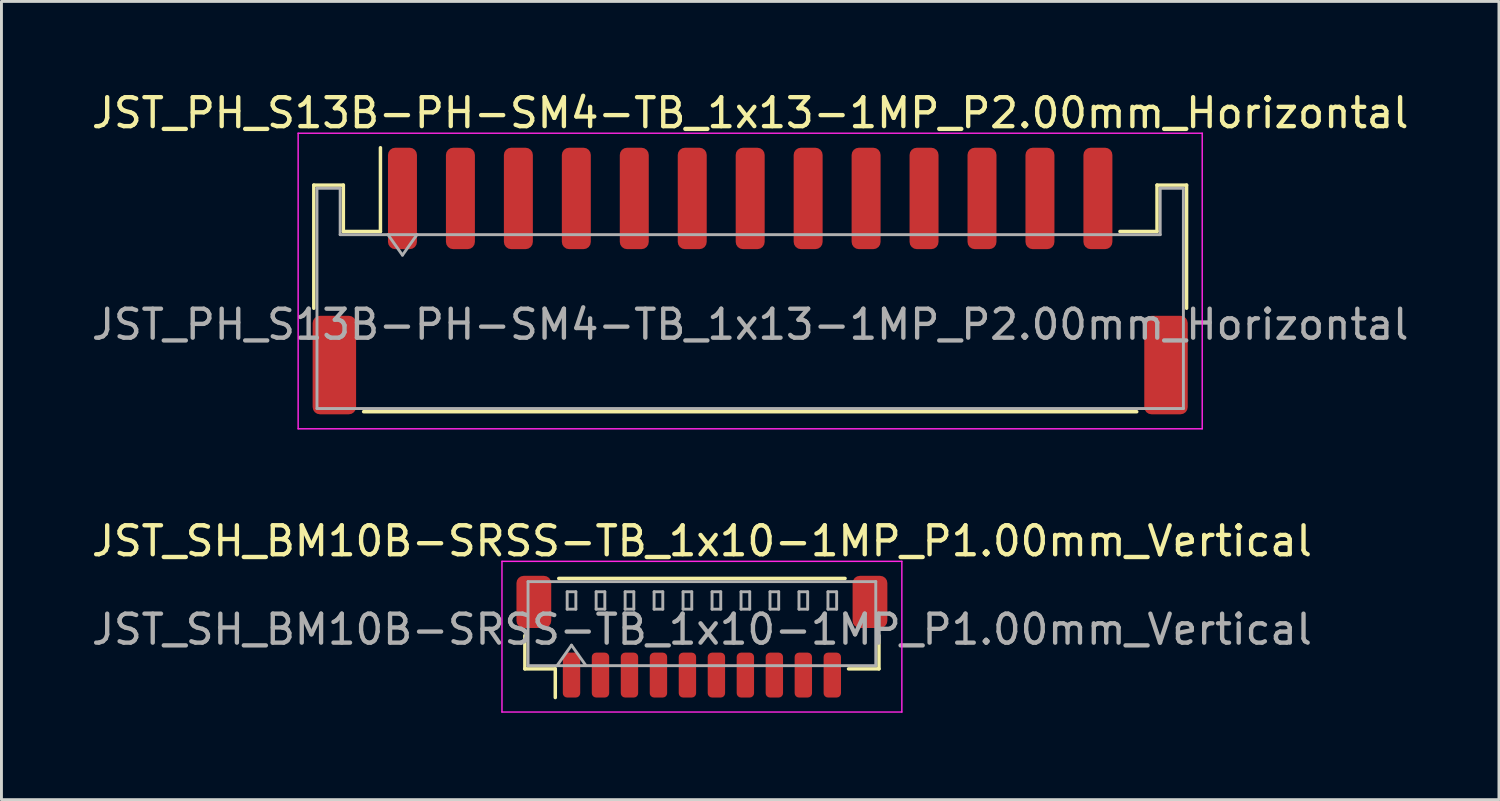
<source format=kicad_pcb>
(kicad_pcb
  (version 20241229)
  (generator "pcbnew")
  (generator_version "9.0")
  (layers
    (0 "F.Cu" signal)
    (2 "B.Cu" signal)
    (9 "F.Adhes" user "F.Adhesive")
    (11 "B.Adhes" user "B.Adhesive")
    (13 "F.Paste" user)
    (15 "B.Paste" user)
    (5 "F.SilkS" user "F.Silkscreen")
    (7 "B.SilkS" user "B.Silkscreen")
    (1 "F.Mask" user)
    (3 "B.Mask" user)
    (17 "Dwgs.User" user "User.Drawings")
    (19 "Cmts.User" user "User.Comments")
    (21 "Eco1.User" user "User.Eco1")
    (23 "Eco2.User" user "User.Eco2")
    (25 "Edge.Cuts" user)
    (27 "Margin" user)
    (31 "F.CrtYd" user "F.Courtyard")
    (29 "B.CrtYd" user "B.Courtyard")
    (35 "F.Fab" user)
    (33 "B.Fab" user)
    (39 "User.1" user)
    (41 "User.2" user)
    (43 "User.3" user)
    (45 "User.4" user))
  (footprint "JST_SH_BM10B-SRSS-TB_1x10-1MP_P1.00mm_Vertical"
    (layer "F.Cu")
    (at 21.173 18.922)
    (property "Reference" "JST_SH_BM10B-SRSS-TB_1x10-1MP_P1.00mm_Vertical" (at 0 -3.3 0) (layer "F.SilkS") (effects (font (size 1 1) (thickness 0.15))))
    (attr smd)
    (fp_line (start -6.11 -0.04) (end -6.11 1.11) (stroke (width 0.12) (type solid)) (layer "F.SilkS"))
    (fp_line (start -6.11 1.11) (end -5.06 1.11) (stroke (width 0.12) (type solid)) (layer "F.SilkS"))
    (fp_line (start -5.06 1.11) (end -5.06 2.1) (stroke (width 0.12) (type solid)) (layer "F.SilkS"))
    (fp_line (start -4.94 -2.01) (end 4.94 -2.01) (stroke (width 0.12) (type solid)) (layer "F.SilkS"))
    (fp_line (start 6.11 -0.04) (end 6.11 1.11) (stroke (width 0.12) (type solid)) (layer "F.SilkS"))
    (fp_line (start 6.11 1.11) (end 5.06 1.11) (stroke (width 0.12) (type solid)) (layer "F.SilkS"))
    (fp_line (start -6.9 -2.6) (end -6.9 2.6) (stroke (width 0.05) (type solid)) (layer "F.CrtYd"))
    (fp_line (start -6.9 2.6) (end 6.9 2.6) (stroke (width 0.05) (type solid)) (layer "F.CrtYd"))
    (fp_line (start 6.9 -2.6) (end -6.9 -2.6) (stroke (width 0.05) (type solid)) (layer "F.CrtYd"))
    (fp_line (start 6.9 2.6) (end 6.9 -2.6) (stroke (width 0.05) (type solid)) (layer "F.CrtYd"))
    (fp_line (start -6 -1.9) (end 6 -1.9) (stroke (width 0.1) (type solid)) (layer "F.Fab"))
    (fp_line (start -6 1) (end -6 -1.9) (stroke (width 0.1) (type solid)) (layer "F.Fab"))
    (fp_line (start -6 1) (end 6 1) (stroke (width 0.1) (type solid)) (layer "F.Fab"))
    (fp_line (start -5 1) (end -4.5 0.293) (stroke (width 0.1) (type solid)) (layer "F.Fab"))
    (fp_line (start -4.65 -1.55) (end -4.65 -0.95) (stroke (width 0.1) (type solid)) (layer "F.Fab"))
    (fp_line (start -4.65 -0.95) (end -4.35 -0.95) (stroke (width 0.1) (type solid)) (layer "F.Fab"))
    (fp_line (start -4.5 0.293) (end -4 1) (stroke (width 0.1) (type solid)) (layer "F.Fab"))
    (fp_line (start -4.35 -1.55) (end -4.65 -1.55) (stroke (width 0.1) (type solid)) (layer "F.Fab"))
    (fp_line (start -4.35 -0.95) (end -4.35 -1.55) (stroke (width 0.1) (type solid)) (layer "F.Fab"))
    (fp_line (start -3.65 -1.55) (end -3.65 -0.95) (stroke (width 0.1) (type solid)) (layer "F.Fab"))
    (fp_line (start -3.65 -0.95) (end -3.35 -0.95) (stroke (width 0.1) (type solid)) (layer "F.Fab"))
    (fp_line (start -3.35 -1.55) (end -3.65 -1.55) (stroke (width 0.1) (type solid)) (layer "F.Fab"))
    (fp_line (start -3.35 -0.95) (end -3.35 -1.55) (stroke (width 0.1) (type solid)) (layer "F.Fab"))
    (fp_line (start -2.65 -1.55) (end -2.65 -0.95) (stroke (width 0.1) (type solid)) (layer "F.Fab"))
    (fp_line (start -2.65 -0.95) (end -2.35 -0.95) (stroke (width 0.1) (type solid)) (layer "F.Fab"))
    (fp_line (start -2.35 -1.55) (end -2.65 -1.55) (stroke (width 0.1) (type solid)) (layer "F.Fab"))
    (fp_line (start -2.35 -0.95) (end -2.35 -1.55) (stroke (width 0.1) (type solid)) (layer "F.Fab"))
    (fp_line (start -1.65 -1.55) (end -1.65 -0.95) (stroke (width 0.1) (type solid)) (layer "F.Fab"))
    (fp_line (start -1.65 -0.95) (end -1.35 -0.95) (stroke (width 0.1) (type solid)) (layer "F.Fab"))
    (fp_line (start -1.35 -1.55) (end -1.65 -1.55) (stroke (width 0.1) (type solid)) (layer "F.Fab"))
    (fp_line (start -1.35 -0.95) (end -1.35 -1.55) (stroke (width 0.1) (type solid)) (layer "F.Fab"))
    (fp_line (start -0.65 -1.55) (end -0.65 -0.95) (stroke (width 0.1) (type solid)) (layer "F.Fab"))
    (fp_line (start -0.65 -0.95) (end -0.35 -0.95) (stroke (width 0.1) (type solid)) (layer "F.Fab"))
    (fp_line (start -0.35 -1.55) (end -0.65 -1.55) (stroke (width 0.1) (type solid)) (layer "F.Fab"))
    (fp_line (start -0.35 -0.95) (end -0.35 -1.55) (stroke (width 0.1) (type solid)) (layer "F.Fab"))
    (fp_line (start 0.35 -1.55) (end 0.35 -0.95) (stroke (width 0.1) (type solid)) (layer "F.Fab"))
    (fp_line (start 0.35 -0.95) (end 0.65 -0.95) (stroke (width 0.1) (type solid)) (layer "F.Fab"))
    (fp_line (start 0.65 -1.55) (end 0.35 -1.55) (stroke (width 0.1) (type solid)) (layer "F.Fab"))
    (fp_line (start 0.65 -0.95) (end 0.65 -1.55) (stroke (width 0.1) (type solid)) (layer "F.Fab"))
    (fp_line (start 1.35 -1.55) (end 1.35 -0.95) (stroke (width 0.1) (type solid)) (layer "F.Fab"))
    (fp_line (start 1.35 -0.95) (end 1.65 -0.95) (stroke (width 0.1) (type solid)) (layer "F.Fab"))
    (fp_line (start 1.65 -1.55) (end 1.35 -1.55) (stroke (width 0.1) (type solid)) (layer "F.Fab"))
    (fp_line (start 1.65 -0.95) (end 1.65 -1.55) (stroke (width 0.1) (type solid)) (layer "F.Fab"))
    (fp_line (start 2.35 -1.55) (end 2.35 -0.95) (stroke (width 0.1) (type solid)) (layer "F.Fab"))
    (fp_line (start 2.35 -0.95) (end 2.65 -0.95) (stroke (width 0.1) (type solid)) (layer "F.Fab"))
    (fp_line (start 2.65 -1.55) (end 2.35 -1.55) (stroke (width 0.1) (type solid)) (layer "F.Fab"))
    (fp_line (start 2.65 -0.95) (end 2.65 -1.55) (stroke (width 0.1) (type solid)) (layer "F.Fab"))
    (fp_line (start 3.35 -1.55) (end 3.35 -0.95) (stroke (width 0.1) (type solid)) (layer "F.Fab"))
    (fp_line (start 3.35 -0.95) (end 3.65 -0.95) (stroke (width 0.1) (type solid)) (layer "F.Fab"))
    (fp_line (start 3.65 -1.55) (end 3.35 -1.55) (stroke (width 0.1) (type solid)) (layer "F.Fab"))
    (fp_line (start 3.65 -0.95) (end 3.65 -1.55) (stroke (width 0.1) (type solid)) (layer "F.Fab"))
    (fp_line (start 4.35 -1.55) (end 4.35 -0.95) (stroke (width 0.1) (type solid)) (layer "F.Fab"))
    (fp_line (start 4.35 -0.95) (end 4.65 -0.95) (stroke (width 0.1) (type solid)) (layer "F.Fab"))
    (fp_line (start 4.65 -1.55) (end 4.35 -1.55) (stroke (width 0.1) (type solid)) (layer "F.Fab"))
    (fp_line (start 4.65 -0.95) (end 4.65 -1.55) (stroke (width 0.1) (type solid)) (layer "F.Fab"))
    (fp_line (start 6 1) (end 6 -1.9) (stroke (width 0.1) (type solid)) (layer "F.Fab"))
    (fp_text user "${REFERENCE}" (at 0 -0.25 0) (layer "F.Fab") (effects (font (size 1 1) (thickness 0.15))))
    (pad "1" smd roundrect (at -4.5 1.325) (size 0.6 1.55) (layers "F.Cu" "F.Mask" "F.Paste") (roundrect_rratio 0.25))
    (pad "2" smd roundrect (at -3.5 1.325) (size 0.6 1.55) (layers "F.Cu" "F.Mask" "F.Paste") (roundrect_rratio 0.25))
    (pad "3" smd roundrect (at -2.5 1.325) (size 0.6 1.55) (layers "F.Cu" "F.Mask" "F.Paste") (roundrect_rratio 0.25))
    (pad "4" smd roundrect (at -1.5 1.325) (size 0.6 1.55) (layers "F.Cu" "F.Mask" "F.Paste") (roundrect_rratio 0.25))
    (pad "5" smd roundrect (at -0.5 1.325) (size 0.6 1.55) (layers "F.Cu" "F.Mask" "F.Paste") (roundrect_rratio 0.25))
    (pad "6" smd roundrect (at 0.5 1.325) (size 0.6 1.55) (layers "F.Cu" "F.Mask" "F.Paste") (roundrect_rratio 0.25))
    (pad "7" smd roundrect (at 1.5 1.325) (size 0.6 1.55) (layers "F.Cu" "F.Mask" "F.Paste") (roundrect_rratio 0.25))
    (pad "8" smd roundrect (at 2.5 1.325) (size 0.6 1.55) (layers "F.Cu" "F.Mask" "F.Paste") (roundrect_rratio 0.25))
    (pad "9" smd roundrect (at 3.5 1.325) (size 0.6 1.55) (layers "F.Cu" "F.Mask" "F.Paste") (roundrect_rratio 0.25))
    (pad "10" smd roundrect (at 4.5 1.325) (size 0.6 1.55) (layers "F.Cu" "F.Mask" "F.Paste") (roundrect_rratio 0.25))
    (pad "MP" smd roundrect (at -5.8 -1.2) (size 1.2 1.8) (layers "F.Cu" "F.Mask" "F.Paste") (roundrect_rratio 0.208))
    (pad "MP" smd roundrect (at 5.8 -1.2) (size 1.2 1.8) (layers "F.Cu" "F.Mask" "F.Paste") (roundrect_rratio 0.208)))
  (footprint "JST_PH_S13B-PH-SM4-TB_1x13-1MP_P2.00mm_Horizontal"
    (layer "F.Cu")
    (at 22.839 6.648)
    (property "Reference" "JST_PH_S13B-PH-SM4-TB_1x13-1MP_P2.00mm_Horizontal" (at 0 -5.8 0) (layer "F.SilkS") (effects (font (size 1 1) (thickness 0.15))))
    (attr smd)
    (fp_line (start -15.06 -3.31) (end -14.04 -3.31) (stroke (width 0.12) (type solid)) (layer "F.SilkS"))
    (fp_line (start -15.06 0.94) (end -15.06 -3.31) (stroke (width 0.12) (type solid)) (layer "F.SilkS"))
    (fp_line (start -14.04 -3.31) (end -14.04 -1.71) (stroke (width 0.12) (type solid)) (layer "F.SilkS"))
    (fp_line (start -14.04 -1.71) (end -12.76 -1.71) (stroke (width 0.12) (type solid)) (layer "F.SilkS"))
    (fp_line (start -13.34 4.51) (end 13.34 4.51) (stroke (width 0.12) (type solid)) (layer "F.SilkS"))
    (fp_line (start -12.76 -1.71) (end -12.76 -4.6) (stroke (width 0.12) (type solid)) (layer "F.SilkS"))
    (fp_line (start 14.04 -3.31) (end 14.04 -1.71) (stroke (width 0.12) (type solid)) (layer "F.SilkS"))
    (fp_line (start 14.04 -1.71) (end 12.76 -1.71) (stroke (width 0.12) (type solid)) (layer "F.SilkS"))
    (fp_line (start 15.06 -3.31) (end 14.04 -3.31) (stroke (width 0.12) (type solid)) (layer "F.SilkS"))
    (fp_line (start 15.06 0.94) (end 15.06 -3.31) (stroke (width 0.12) (type solid)) (layer "F.SilkS"))
    (fp_line (start -15.6 -5.1) (end -15.6 5.1) (stroke (width 0.05) (type solid)) (layer "F.CrtYd"))
    (fp_line (start -15.6 5.1) (end 15.6 5.1) (stroke (width 0.05) (type solid)) (layer "F.CrtYd"))
    (fp_line (start 15.6 -5.1) (end -15.6 -5.1) (stroke (width 0.05) (type solid)) (layer "F.CrtYd"))
    (fp_line (start 15.6 5.1) (end 15.6 -5.1) (stroke (width 0.05) (type solid)) (layer "F.CrtYd"))
    (fp_line (start -14.95 -3.2) (end -14.95 4.4) (stroke (width 0.1) (type solid)) (layer "F.Fab"))
    (fp_line (start -14.95 -3.2) (end -14.15 -3.2) (stroke (width 0.1) (type solid)) (layer "F.Fab"))
    (fp_line (start -14.95 4.4) (end 14.95 4.4) (stroke (width 0.1) (type solid)) (layer "F.Fab"))
    (fp_line (start -14.15 -3.2) (end -14.15 -1.6) (stroke (width 0.1) (type solid)) (layer "F.Fab"))
    (fp_line (start -14.15 -1.6) (end 14.15 -1.6) (stroke (width 0.1) (type solid)) (layer "F.Fab"))
    (fp_line (start -12.5 -1.6) (end -12 -0.893) (stroke (width 0.1) (type solid)) (layer "F.Fab"))
    (fp_line (start -12 -0.893) (end -11.5 -1.6) (stroke (width 0.1) (type solid)) (layer "F.Fab"))
    (fp_line (start 14.15 -3.2) (end 14.95 -3.2) (stroke (width 0.1) (type solid)) (layer "F.Fab"))
    (fp_line (start 14.15 -1.6) (end 14.15 -3.2) (stroke (width 0.1) (type solid)) (layer "F.Fab"))
    (fp_line (start 14.95 -3.2) (end 14.95 4.4) (stroke (width 0.1) (type solid)) (layer "F.Fab"))
    (fp_text user "${REFERENCE}" (at 0 1.5 0) (layer "F.Fab") (effects (font (size 1 1) (thickness 0.15))))
    (pad "1" smd roundrect (at -12 -2.85) (size 1 3.5) (layers "F.Cu" "F.Mask" "F.Paste") (roundrect_rratio 0.25))
    (pad "2" smd roundrect (at -10 -2.85) (size 1 3.5) (layers "F.Cu" "F.Mask" "F.Paste") (roundrect_rratio 0.25))
    (pad "3" smd roundrect (at -8 -2.85) (size 1 3.5) (layers "F.Cu" "F.Mask" "F.Paste") (roundrect_rratio 0.25))
    (pad "4" smd roundrect (at -6 -2.85) (size 1 3.5) (layers "F.Cu" "F.Mask" "F.Paste") (roundrect_rratio 0.25))
    (pad "5" smd roundrect (at -4 -2.85) (size 1 3.5) (layers "F.Cu" "F.Mask" "F.Paste") (roundrect_rratio 0.25))
    (pad "6" smd roundrect (at -2 -2.85) (size 1 3.5) (layers "F.Cu" "F.Mask" "F.Paste") (roundrect_rratio 0.25))
    (pad "7" smd roundrect (at 0 -2.85) (size 1 3.5) (layers "F.Cu" "F.Mask" "F.Paste") (roundrect_rratio 0.25))
    (pad "8" smd roundrect (at 2 -2.85) (size 1 3.5) (layers "F.Cu" "F.Mask" "F.Paste") (roundrect_rratio 0.25))
    (pad "9" smd roundrect (at 4 -2.85) (size 1 3.5) (layers "F.Cu" "F.Mask" "F.Paste") (roundrect_rratio 0.25))
    (pad "10" smd roundrect (at 6 -2.85) (size 1 3.5) (layers "F.Cu" "F.Mask" "F.Paste") (roundrect_rratio 0.25))
    (pad "11" smd roundrect (at 8 -2.85) (size 1 3.5) (layers "F.Cu" "F.Mask" "F.Paste") (roundrect_rratio 0.25))
    (pad "12" smd roundrect (at 10 -2.85) (size 1 3.5) (layers "F.Cu" "F.Mask" "F.Paste") (roundrect_rratio 0.25))
    (pad "13" smd roundrect (at 12 -2.85) (size 1 3.5) (layers "F.Cu" "F.Mask" "F.Paste") (roundrect_rratio 0.25))
    (pad "MP" smd roundrect (at -14.35 2.9) (size 1.5 3.4) (layers "F.Cu" "F.Mask" "F.Paste") (roundrect_rratio 0.167))
    (pad "MP" smd roundrect (at 14.35 2.9) (size 1.5 3.4) (layers "F.Cu" "F.Mask" "F.Paste") (roundrect_rratio 0.167)))
  (gr_rect
    (start -3 -3)
    (end 48.679 24.547)
    (stroke (width 0.1) (type default))
    (fill no)
    (layer "Edge.Cuts")))
</source>
